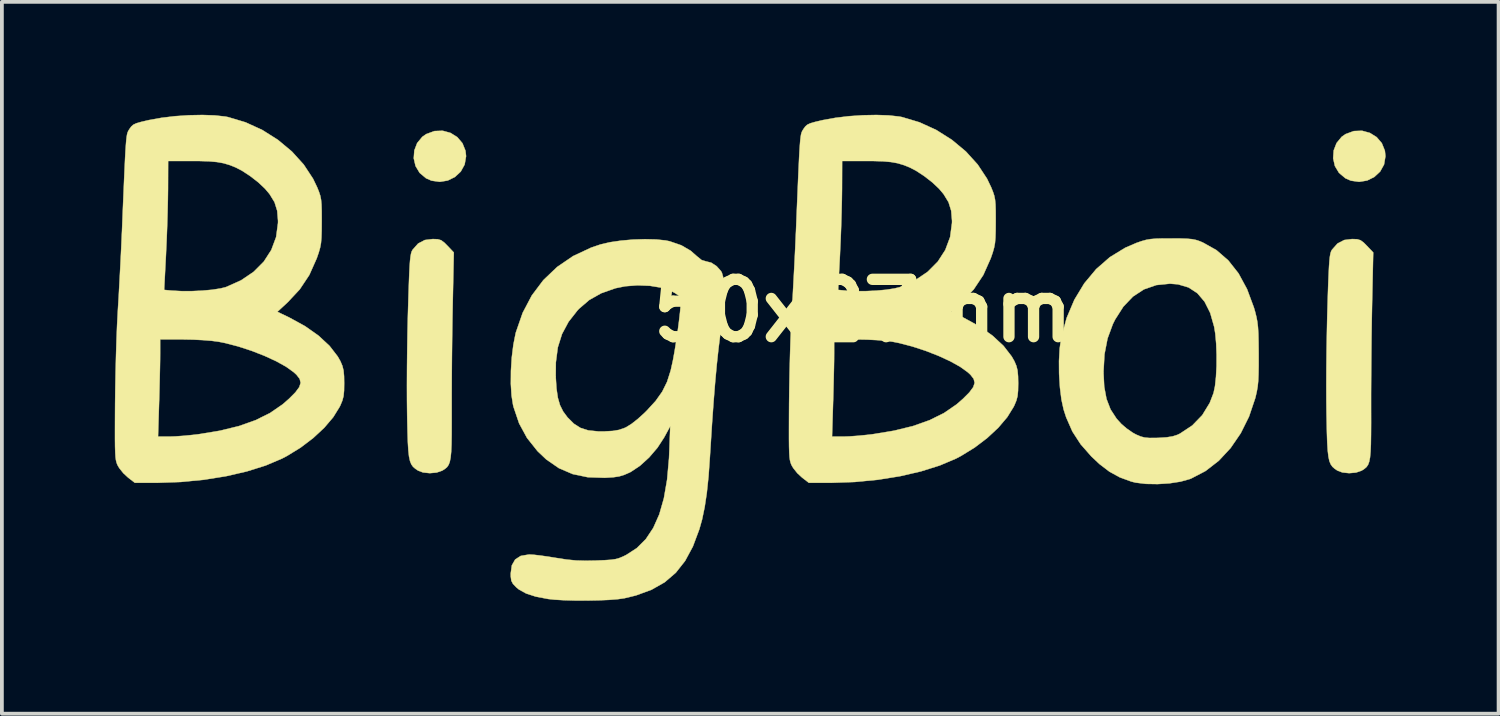
<source format=kicad_pcb>
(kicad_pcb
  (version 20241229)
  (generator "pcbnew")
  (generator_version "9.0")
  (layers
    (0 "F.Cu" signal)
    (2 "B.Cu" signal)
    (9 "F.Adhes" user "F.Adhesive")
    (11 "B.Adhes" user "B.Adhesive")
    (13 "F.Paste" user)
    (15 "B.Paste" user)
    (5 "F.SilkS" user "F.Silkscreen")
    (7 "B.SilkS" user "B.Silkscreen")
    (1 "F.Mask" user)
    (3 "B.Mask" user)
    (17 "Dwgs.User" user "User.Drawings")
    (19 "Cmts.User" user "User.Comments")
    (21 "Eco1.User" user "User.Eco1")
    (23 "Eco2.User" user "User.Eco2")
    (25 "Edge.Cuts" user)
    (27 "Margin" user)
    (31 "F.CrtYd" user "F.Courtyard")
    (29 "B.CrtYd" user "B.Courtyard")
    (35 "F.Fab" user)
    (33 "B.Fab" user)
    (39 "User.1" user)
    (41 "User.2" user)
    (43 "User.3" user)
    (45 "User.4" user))
  (footprint "50x27mm"
    (layer "F.Cu")
    (at 19.874 5.206)
    (property "Reference" "50x27mm" (at 0 0 0) (layer "F.SilkS") (effects (font (size 1.524 1.524) (thickness 0.3))))
    (attr through_hole)
    (fp_poly (pts (xy -10.955 -4.725) (xy -10.775 -4.613) (xy -10.638 -4.452) (xy -10.557 -4.251) (xy -10.541 -4.106) (xy -10.579 -3.885) (xy -10.682 -3.698) (xy -10.837 -3.554) (xy -11.028 -3.46) (xy -11.24 -3.425) (xy -11.459 -3.456) (xy -11.605 -3.52) (xy -11.775 -3.663) (xy -11.884 -3.845) (xy -11.931 -4.05) (xy -11.916 -4.259) (xy -11.841 -4.455) (xy -11.704 -4.621) (xy -11.599 -4.694) (xy -11.381 -4.774) (xy -11.162 -4.782) (xy -10.955 -4.725)) (stroke (width 0.01) (type solid)) (fill yes) (layer "F.SilkS"))
    (fp_poly (pts (xy 13.471 -4.725) (xy 13.651 -4.613) (xy 13.789 -4.452) (xy 13.87 -4.251) (xy 13.885 -4.106) (xy 13.848 -3.885) (xy 13.744 -3.698) (xy 13.589 -3.554) (xy 13.399 -3.46) (xy 13.186 -3.425) (xy 12.967 -3.456) (xy 12.821 -3.52) (xy 12.651 -3.663) (xy 12.542 -3.845) (xy 12.496 -4.05) (xy 12.51 -4.259) (xy 12.586 -4.455) (xy 12.722 -4.621) (xy 12.827 -4.694) (xy 13.045 -4.774) (xy 13.264 -4.782) (xy 13.471 -4.725)) (stroke (width 0.01) (type solid)) (fill yes) (layer "F.SilkS"))
    (fp_poly (pts (xy -11.295 -1.9) (xy -11.203 -1.873) (xy -11.117 -1.809) (xy -11.036 -1.727) (xy -10.867 -1.549) (xy -10.896 -0.179) (xy -10.904 0.245) (xy -10.911 0.724) (xy -10.917 1.231) (xy -10.921 1.736) (xy -10.923 2.21) (xy -10.923 2.567) (xy -10.923 2.967) (xy -10.924 3.292) (xy -10.928 3.549) (xy -10.937 3.749) (xy -10.952 3.901) (xy -10.974 4.012) (xy -11.004 4.092) (xy -11.044 4.151) (xy -11.095 4.196) (xy -11.159 4.238) (xy -11.178 4.249) (xy -11.324 4.299) (xy -11.506 4.315) (xy -11.686 4.296) (xy -11.816 4.247) (xy -11.89 4.197) (xy -11.95 4.145) (xy -11.996 4.08) (xy -12.031 3.992) (xy -12.057 3.872) (xy -12.075 3.709) (xy -12.088 3.495) (xy -12.097 3.219) (xy -12.105 2.871) (xy -12.107 2.731) (xy -12.111 2.384) (xy -12.112 1.974) (xy -12.11 1.525) (xy -12.105 1.058) (xy -12.098 0.596) (xy -12.088 0.16) (xy -12.084 0.021) (xy -12.072 -0.383) (xy -12.061 -0.712) (xy -12.051 -0.973) (xy -12.041 -1.176) (xy -12.03 -1.329) (xy -12.017 -1.44) (xy -12.003 -1.519) (xy -11.986 -1.575) (xy -11.966 -1.615) (xy -11.962 -1.62) (xy -11.815 -1.786) (xy -11.637 -1.879) (xy -11.427 -1.905) (xy -11.295 -1.9)) (stroke (width 0.01) (type solid)) (fill yes) (layer "F.SilkS"))
    (fp_poly (pts (xy 13.132 -1.9) (xy 13.223 -1.873) (xy 13.309 -1.809) (xy 13.39 -1.727) (xy 13.56 -1.549) (xy 13.53 -0.179) (xy 13.522 0.245) (xy 13.515 0.724) (xy 13.51 1.231) (xy 13.506 1.736) (xy 13.503 2.21) (xy 13.503 2.567) (xy 13.504 2.967) (xy 13.502 3.292) (xy 13.498 3.549) (xy 13.489 3.749) (xy 13.475 3.901) (xy 13.453 4.012) (xy 13.423 4.092) (xy 13.383 4.151) (xy 13.331 4.196) (xy 13.268 4.238) (xy 13.249 4.249) (xy 13.103 4.299) (xy 12.92 4.315) (xy 12.741 4.296) (xy 12.61 4.247) (xy 12.536 4.197) (xy 12.477 4.145) (xy 12.431 4.08) (xy 12.395 3.992) (xy 12.37 3.872) (xy 12.351 3.709) (xy 12.338 3.495) (xy 12.329 3.219) (xy 12.322 2.871) (xy 12.319 2.731) (xy 12.315 2.384) (xy 12.314 1.974) (xy 12.316 1.525) (xy 12.321 1.058) (xy 12.329 0.596) (xy 12.338 0.16) (xy 12.342 0.021) (xy 12.354 -0.383) (xy 12.365 -0.712) (xy 12.376 -0.973) (xy 12.386 -1.176) (xy 12.397 -1.329) (xy 12.409 -1.44) (xy 12.423 -1.519) (xy 12.44 -1.575) (xy 12.461 -1.615) (xy 12.464 -1.62) (xy 12.611 -1.786) (xy 12.79 -1.879) (xy 12.999 -1.905) (xy 13.132 -1.9)) (stroke (width 0.01) (type solid)) (fill yes) (layer "F.SilkS"))
    (fp_poly (pts (xy 8.434 -1.92) (xy 8.612 -1.914) (xy 8.744 -1.902) (xy 8.85 -1.881) (xy 8.95 -1.848) (xy 9.033 -1.813) (xy 9.394 -1.611) (xy 9.71 -1.337) (xy 9.982 -0.992) (xy 10.208 -0.575) (xy 10.39 -0.086) (xy 10.423 0.028) (xy 10.456 0.161) (xy 10.481 0.29) (xy 10.498 0.434) (xy 10.509 0.61) (xy 10.514 0.834) (xy 10.517 1.123) (xy 10.517 1.164) (xy 10.517 1.46) (xy 10.513 1.688) (xy 10.505 1.867) (xy 10.49 2.014) (xy 10.467 2.147) (xy 10.436 2.282) (xy 10.424 2.328) (xy 10.26 2.813) (xy 10.04 3.255) (xy 9.77 3.649) (xy 9.457 3.985) (xy 9.106 4.257) (xy 8.725 4.456) (xy 8.684 4.472) (xy 8.44 4.54) (xy 8.147 4.585) (xy 7.832 4.605) (xy 7.524 4.6) (xy 7.251 4.567) (xy 7.133 4.538) (xy 6.827 4.426) (xy 6.553 4.276) (xy 6.289 4.075) (xy 6.074 3.873) (xy 5.787 3.547) (xy 5.568 3.209) (xy 5.403 2.834) (xy 5.335 2.625) (xy 5.277 2.36) (xy 5.237 2.039) (xy 5.215 1.688) (xy 5.214 1.63) (xy 6.394 1.63) (xy 6.413 2.017) (xy 6.474 2.343) (xy 6.581 2.621) (xy 6.74 2.865) (xy 6.865 3.004) (xy 7.008 3.127) (xy 7.172 3.241) (xy 7.26 3.289) (xy 7.376 3.339) (xy 7.484 3.368) (xy 7.613 3.38) (xy 7.789 3.379) (xy 7.854 3.377) (xy 8.072 3.363) (xy 8.232 3.337) (xy 8.362 3.295) (xy 8.426 3.264) (xy 8.752 3.048) (xy 9.017 2.775) (xy 9.217 2.448) (xy 9.318 2.186) (xy 9.357 2.001) (xy 9.383 1.755) (xy 9.398 1.47) (xy 9.399 1.169) (xy 9.388 0.873) (xy 9.364 0.607) (xy 9.335 0.428) (xy 9.229 0.057) (xy 9.08 -0.24) (xy 8.889 -0.465) (xy 8.654 -0.619) (xy 8.374 -0.702) (xy 8.159 -0.719) (xy 7.796 -0.682) (xy 7.468 -0.568) (xy 7.177 -0.377) (xy 6.922 -0.11) (xy 6.703 0.233) (xy 6.642 0.356) (xy 6.502 0.736) (xy 6.42 1.159) (xy 6.394 1.63) (xy 5.214 1.63) (xy 5.212 1.334) (xy 5.23 1.005) (xy 5.269 0.726) (xy 5.269 0.725) (xy 5.414 0.194) (xy 5.62 -0.292) (xy 5.883 -0.727) (xy 6.199 -1.106) (xy 6.562 -1.423) (xy 6.97 -1.673) (xy 7.261 -1.799) (xy 7.404 -1.849) (xy 7.525 -1.883) (xy 7.647 -1.904) (xy 7.792 -1.916) (xy 7.981 -1.921) (xy 8.191 -1.921) (xy 8.434 -1.92)) (stroke (width 0.01) (type solid)) (fill yes) (layer "F.SilkS"))
    (fp_poly (pts (xy -5.492 -1.894) (xy -5.242 -1.868) (xy -5.134 -1.846) (xy -4.823 -1.739) (xy -4.574 -1.594) (xy -4.415 -1.454) (xy -4.283 -1.347) (xy -4.168 -1.312) (xy -4.027 -1.277) (xy -3.884 -1.183) (xy -3.769 -1.054) (xy -3.746 -1.015) (xy -3.705 -0.873) (xy -3.686 -0.653) (xy -3.69 -0.357) (xy -3.716 0.011) (xy -3.764 0.45) (xy -3.789 0.641) (xy -3.836 1.018) (xy -3.881 1.436) (xy -3.924 1.903) (xy -3.966 2.427) (xy -4.008 3.017) (xy -4.05 3.68) (xy -4.063 3.883) (xy -4.099 4.396) (xy -4.145 4.836) (xy -4.202 5.216) (xy -4.271 5.548) (xy -4.344 5.806) (xy -4.515 6.263) (xy -4.721 6.645) (xy -4.969 6.96) (xy -5.265 7.214) (xy -5.616 7.413) (xy -6.029 7.564) (xy -6.334 7.638) (xy -6.508 7.663) (xy -6.747 7.682) (xy -7.03 7.694) (xy -7.336 7.7) (xy -7.645 7.699) (xy -7.937 7.691) (xy -8.19 7.676) (xy -8.359 7.658) (xy -8.689 7.595) (xy -8.945 7.512) (xy -9.137 7.406) (xy -9.205 7.35) (xy -9.295 7.256) (xy -9.339 7.172) (xy -9.354 7.059) (xy -9.355 6.98) (xy -9.325 6.764) (xy -9.237 6.609) (xy -9.09 6.514) (xy -8.881 6.478) (xy -8.847 6.477) (xy -8.735 6.484) (xy -8.564 6.504) (xy -8.358 6.533) (xy -8.156 6.566) (xy -7.871 6.61) (xy -7.619 6.635) (xy -7.358 6.642) (xy -7.091 6.637) (xy -6.86 6.627) (xy -6.692 6.616) (xy -6.568 6.598) (xy -6.466 6.569) (xy -6.366 6.527) (xy -6.287 6.488) (xy -6.005 6.306) (xy -5.766 6.068) (xy -5.568 5.77) (xy -5.408 5.41) (xy -5.286 4.983) (xy -5.2 4.486) (xy -5.149 3.916) (xy -5.14 3.704) (xy -5.117 3.069) (xy -5.278 3.365) (xy -5.457 3.64) (xy -5.678 3.898) (xy -5.92 4.118) (xy -6.164 4.281) (xy -6.2 4.299) (xy -6.342 4.361) (xy -6.475 4.401) (xy -6.63 4.424) (xy -6.837 4.437) (xy -6.859 4.438) (xy -7.307 4.423) (xy -7.71 4.339) (xy -8.076 4.182) (xy -8.411 3.95) (xy -8.642 3.731) (xy -8.923 3.378) (xy -9.132 2.993) (xy -9.279 2.559) (xy -9.293 2.504) (xy -9.333 2.251) (xy -9.352 1.94) (xy -9.35 1.757) (xy -8.159 1.757) (xy -8.139 2.067) (xy -8.103 2.312) (xy -8.046 2.508) (xy -7.963 2.675) (xy -7.849 2.829) (xy -7.846 2.833) (xy -7.679 3) (xy -7.501 3.113) (xy -7.293 3.179) (xy -7.035 3.205) (xy -6.858 3.205) (xy -6.641 3.193) (xy -6.477 3.165) (xy -6.333 3.115) (xy -6.287 3.094) (xy -6.151 3.01) (xy -5.981 2.877) (xy -5.798 2.711) (xy -5.736 2.649) (xy -5.504 2.395) (xy -5.33 2.15) (xy -5.201 1.889) (xy -5.105 1.588) (xy -5.044 1.312) (xy -5 1.068) (xy -4.958 0.806) (xy -4.919 0.539) (xy -4.885 0.282) (xy -4.858 0.05) (xy -4.84 -0.142) (xy -4.832 -0.28) (xy -4.837 -0.349) (xy -4.887 -0.4) (xy -4.99 -0.469) (xy -5.102 -0.528) (xy -5.354 -0.613) (xy -5.657 -0.663) (xy -5.985 -0.676) (xy -6.313 -0.651) (xy -6.573 -0.598) (xy -6.951 -0.465) (xy -7.269 -0.286) (xy -7.54 -0.053) (xy -7.579 -0.012) (xy -7.819 0.294) (xy -7.992 0.618) (xy -8.104 0.973) (xy -8.156 1.373) (xy -8.159 1.757) (xy -9.35 1.757) (xy -9.349 1.596) (xy -9.327 1.243) (xy -9.285 0.905) (xy -9.226 0.606) (xy -9.217 0.572) (xy -9.038 0.056) (xy -8.795 -0.406) (xy -8.488 -0.814) (xy -8.122 -1.163) (xy -7.699 -1.452) (xy -7.221 -1.676) (xy -6.965 -1.763) (xy -6.719 -1.82) (xy -6.424 -1.863) (xy -6.107 -1.891) (xy -5.788 -1.901) (xy -5.492 -1.894)) (stroke (width 0.01) (type solid)) (fill yes) (layer "F.SilkS"))
    (fp_poly (pts (xy -17.218 -5.19) (xy -16.943 -5.16) (xy -16.868 -5.146) (xy -16.4 -5.006) (xy -15.954 -4.802) (xy -15.541 -4.541) (xy -15.171 -4.233) (xy -14.856 -3.886) (xy -14.607 -3.508) (xy -14.498 -3.281) (xy -14.449 -3.159) (xy -14.415 -3.056) (xy -14.394 -2.95) (xy -14.382 -2.822) (xy -14.377 -2.653) (xy -14.376 -2.423) (xy -14.376 -2.371) (xy -14.378 -2.124) (xy -14.384 -1.941) (xy -14.396 -1.799) (xy -14.419 -1.676) (xy -14.454 -1.552) (xy -14.505 -1.403) (xy -14.512 -1.385) (xy -14.706 -0.95) (xy -14.961 -0.567) (xy -15.277 -0.229) (xy -15.554 0.028) (xy -15.238 0.18) (xy -14.82 0.409) (xy -14.461 0.662) (xy -14.169 0.933) (xy -13.951 1.215) (xy -13.879 1.343) (xy -13.828 1.463) (xy -13.797 1.586) (xy -13.783 1.74) (xy -13.78 1.926) (xy -13.783 2.124) (xy -13.797 2.268) (xy -13.829 2.389) (xy -13.882 2.516) (xy -13.901 2.554) (xy -14.07 2.827) (xy -14.308 3.107) (xy -14.601 3.38) (xy -14.935 3.634) (xy -15.296 3.856) (xy -15.431 3.927) (xy -15.864 4.111) (xy -16.365 4.268) (xy -16.919 4.396) (xy -17.513 4.491) (xy -18.132 4.55) (xy -18.764 4.572) (xy -18.794 4.572) (xy -19.34 4.572) (xy -19.519 4.434) (xy -19.645 4.318) (xy -19.753 4.183) (xy -19.787 4.128) (xy -19.811 4.08) (xy -19.829 4.029) (xy -19.844 3.966) (xy -19.855 3.882) (xy -19.862 3.768) (xy -19.867 3.614) (xy -19.869 3.411) (xy -19.869 3.344) (xy -18.725 3.344) (xy -18.43 3.344) (xy -18.26 3.338) (xy -18.039 3.322) (xy -17.803 3.299) (xy -17.658 3.282) (xy -17.079 3.187) (xy -16.573 3.063) (xy -16.133 2.907) (xy -15.75 2.717) (xy -15.418 2.489) (xy -15.247 2.34) (xy -15.076 2.168) (xy -14.974 2.031) (xy -14.936 1.916) (xy -14.962 1.809) (xy -15.048 1.699) (xy -15.124 1.63) (xy -15.323 1.487) (xy -15.588 1.34) (xy -15.901 1.196) (xy -16.243 1.063) (xy -16.595 0.948) (xy -16.941 0.858) (xy -17.117 0.823) (xy -17.298 0.799) (xy -17.535 0.78) (xy -17.798 0.767) (xy -18.06 0.762) (xy -18.066 0.762) (xy -18.669 0.762) (xy -18.669 1.132) (xy -18.67 1.29) (xy -18.674 1.512) (xy -18.68 1.78) (xy -18.687 2.073) (xy -18.695 2.373) (xy -18.697 2.424) (xy -18.725 3.344) (xy -19.869 3.344) (xy -19.869 3.15) (xy -19.868 2.821) (xy -19.866 2.477) (xy -19.861 2.07) (xy -19.853 1.639) (xy -19.842 1.202) (xy -19.829 0.782) (xy -19.814 0.397) (xy -19.797 0.07) (xy -19.792 -0.021) (xy -19.77 -0.38) (xy -19.761 -0.554) (xy -18.563 -0.554) (xy -18.373 -0.536) (xy -18.118 -0.522) (xy -17.837 -0.521) (xy -17.553 -0.534) (xy -17.287 -0.558) (xy -17.063 -0.593) (xy -16.916 -0.631) (xy -16.52 -0.808) (xy -16.185 -1.035) (xy -15.916 -1.305) (xy -15.716 -1.615) (xy -15.588 -1.958) (xy -15.538 -2.331) (xy -15.537 -2.388) (xy -15.559 -2.656) (xy -15.63 -2.884) (xy -15.761 -3.098) (xy -15.882 -3.242) (xy -16.059 -3.409) (xy -16.275 -3.577) (xy -16.497 -3.722) (xy -16.658 -3.806) (xy -16.824 -3.872) (xy -16.985 -3.92) (xy -17.159 -3.951) (xy -17.367 -3.97) (xy -17.629 -3.978) (xy -17.812 -3.979) (xy -18.457 -3.979) (xy -18.46 -3.228) (xy -18.464 -2.944) (xy -18.472 -2.604) (xy -18.483 -2.236) (xy -18.497 -1.867) (xy -18.513 -1.527) (xy -18.513 -1.515) (xy -18.563 -0.554) (xy -19.761 -0.554) (xy -19.748 -0.792) (xy -19.725 -1.226) (xy -19.704 -1.653) (xy -19.687 -2.04) (xy -19.683 -2.117) (xy -19.662 -2.646) (xy -19.643 -3.096) (xy -19.627 -3.476) (xy -19.613 -3.791) (xy -19.601 -4.047) (xy -19.59 -4.253) (xy -19.579 -4.413) (xy -19.569 -4.535) (xy -19.558 -4.625) (xy -19.547 -4.69) (xy -19.534 -4.736) (xy -19.519 -4.771) (xy -19.502 -4.8) (xy -19.484 -4.829) (xy -19.437 -4.894) (xy -19.383 -4.942) (xy -19.303 -4.98) (xy -19.179 -5.016) (xy -18.993 -5.06) (xy -18.957 -5.068) (xy -18.633 -5.126) (xy -18.276 -5.169) (xy -17.906 -5.194) (xy -17.546 -5.201) (xy -17.218 -5.19)) (stroke (width 0.01) (type solid)) (fill yes) (layer "F.SilkS"))
    (fp_poly (pts (xy 0.689 -5.19) (xy 0.964 -5.16) (xy 1.039 -5.146) (xy 1.507 -5.006) (xy 1.953 -4.802) (xy 2.366 -4.541) (xy 2.736 -4.233) (xy 3.051 -3.886) (xy 3.3 -3.508) (xy 3.409 -3.281) (xy 3.458 -3.159) (xy 3.492 -3.056) (xy 3.513 -2.95) (xy 3.525 -2.822) (xy 3.53 -2.653) (xy 3.531 -2.423) (xy 3.531 -2.371) (xy 3.529 -2.124) (xy 3.523 -1.941) (xy 3.511 -1.799) (xy 3.488 -1.676) (xy 3.453 -1.552) (xy 3.402 -1.403) (xy 3.395 -1.385) (xy 3.201 -0.95) (xy 2.946 -0.567) (xy 2.63 -0.229) (xy 2.353 0.028) (xy 2.669 0.18) (xy 3.087 0.409) (xy 3.446 0.662) (xy 3.738 0.933) (xy 3.956 1.215) (xy 4.028 1.343) (xy 4.079 1.463) (xy 4.11 1.586) (xy 4.124 1.74) (xy 4.128 1.926) (xy 4.124 2.124) (xy 4.11 2.268) (xy 4.078 2.389) (xy 4.025 2.516) (xy 4.006 2.554) (xy 3.837 2.827) (xy 3.599 3.107) (xy 3.306 3.38) (xy 2.972 3.634) (xy 2.611 3.856) (xy 2.477 3.927) (xy 2.043 4.111) (xy 1.542 4.268) (xy 0.988 4.396) (xy 0.394 4.491) (xy -0.225 4.55) (xy -0.857 4.572) (xy -0.887 4.572) (xy -1.433 4.572) (xy -1.612 4.434) (xy -1.738 4.318) (xy -1.846 4.183) (xy -1.88 4.128) (xy -1.904 4.08) (xy -1.922 4.029) (xy -1.937 3.966) (xy -1.948 3.882) (xy -1.955 3.768) (xy -1.96 3.614) (xy -1.962 3.411) (xy -1.962 3.344) (xy -0.818 3.344) (xy -0.523 3.344) (xy -0.353 3.338) (xy -0.132 3.322) (xy 0.104 3.299) (xy 0.249 3.282) (xy 0.828 3.187) (xy 1.334 3.063) (xy 1.774 2.907) (xy 2.157 2.717) (xy 2.489 2.489) (xy 2.66 2.34) (xy 2.831 2.168) (xy 2.933 2.031) (xy 2.971 1.916) (xy 2.945 1.809) (xy 2.859 1.699) (xy 2.783 1.63) (xy 2.584 1.487) (xy 2.319 1.34) (xy 2.006 1.196) (xy 1.664 1.063) (xy 1.312 0.948) (xy 0.966 0.858) (xy 0.79 0.823) (xy 0.609 0.799) (xy 0.372 0.78) (xy 0.109 0.767) (xy -0.153 0.762) (xy -0.159 0.762) (xy -0.762 0.762) (xy -0.762 1.132) (xy -0.763 1.29) (xy -0.767 1.512) (xy -0.773 1.78) (xy -0.78 2.073) (xy -0.788 2.373) (xy -0.79 2.424) (xy -0.818 3.344) (xy -1.962 3.344) (xy -1.962 3.15) (xy -1.961 2.821) (xy -1.959 2.477) (xy -1.954 2.07) (xy -1.946 1.639) (xy -1.935 1.202) (xy -1.922 0.782) (xy -1.907 0.397) (xy -1.89 0.07) (xy -1.885 -0.021) (xy -1.863 -0.38) (xy -1.854 -0.554) (xy -0.656 -0.554) (xy -0.466 -0.536) (xy -0.211 -0.522) (xy 0.07 -0.521) (xy 0.354 -0.534) (xy 0.62 -0.558) (xy 0.844 -0.593) (xy 0.991 -0.631) (xy 1.387 -0.808) (xy 1.722 -1.035) (xy 1.991 -1.305) (xy 2.191 -1.615) (xy 2.319 -1.958) (xy 2.369 -2.331) (xy 2.37 -2.388) (xy 2.348 -2.656) (xy 2.277 -2.884) (xy 2.146 -3.098) (xy 2.025 -3.242) (xy 1.848 -3.409) (xy 1.632 -3.577) (xy 1.41 -3.722) (xy 1.249 -3.806) (xy 1.083 -3.872) (xy 0.922 -3.92) (xy 0.748 -3.951) (xy 0.54 -3.97) (xy 0.278 -3.978) (xy 0.095 -3.979) (xy -0.55 -3.979) (xy -0.553 -3.228) (xy -0.557 -2.944) (xy -0.565 -2.604) (xy -0.576 -2.236) (xy -0.59 -1.867) (xy -0.606 -1.527) (xy -0.606 -1.515) (xy -0.656 -0.554) (xy -1.854 -0.554) (xy -1.841 -0.792) (xy -1.818 -1.226) (xy -1.797 -1.653) (xy -1.78 -2.04) (xy -1.776 -2.117) (xy -1.755 -2.646) (xy -1.736 -3.096) (xy -1.72 -3.476) (xy -1.706 -3.791) (xy -1.694 -4.047) (xy -1.683 -4.253) (xy -1.672 -4.413) (xy -1.662 -4.535) (xy -1.651 -4.625) (xy -1.64 -4.69) (xy -1.627 -4.736) (xy -1.612 -4.771) (xy -1.595 -4.8) (xy -1.577 -4.829) (xy -1.53 -4.894) (xy -1.476 -4.942) (xy -1.396 -4.98) (xy -1.272 -5.016) (xy -1.086 -5.06) (xy -1.05 -5.068) (xy -0.726 -5.126) (xy -0.369 -5.169) (xy 0.001 -5.194) (xy 0.361 -5.201) (xy 0.689 -5.19)) (stroke (width 0.01) (type solid)) (fill yes) (layer "F.SilkS")))
  (gr_rect
    (start -3 -3)
    (end 36.765 15.912)
    (stroke (width 0.1) (type default))
    (fill no)
    (layer "Edge.Cuts")))
</source>
